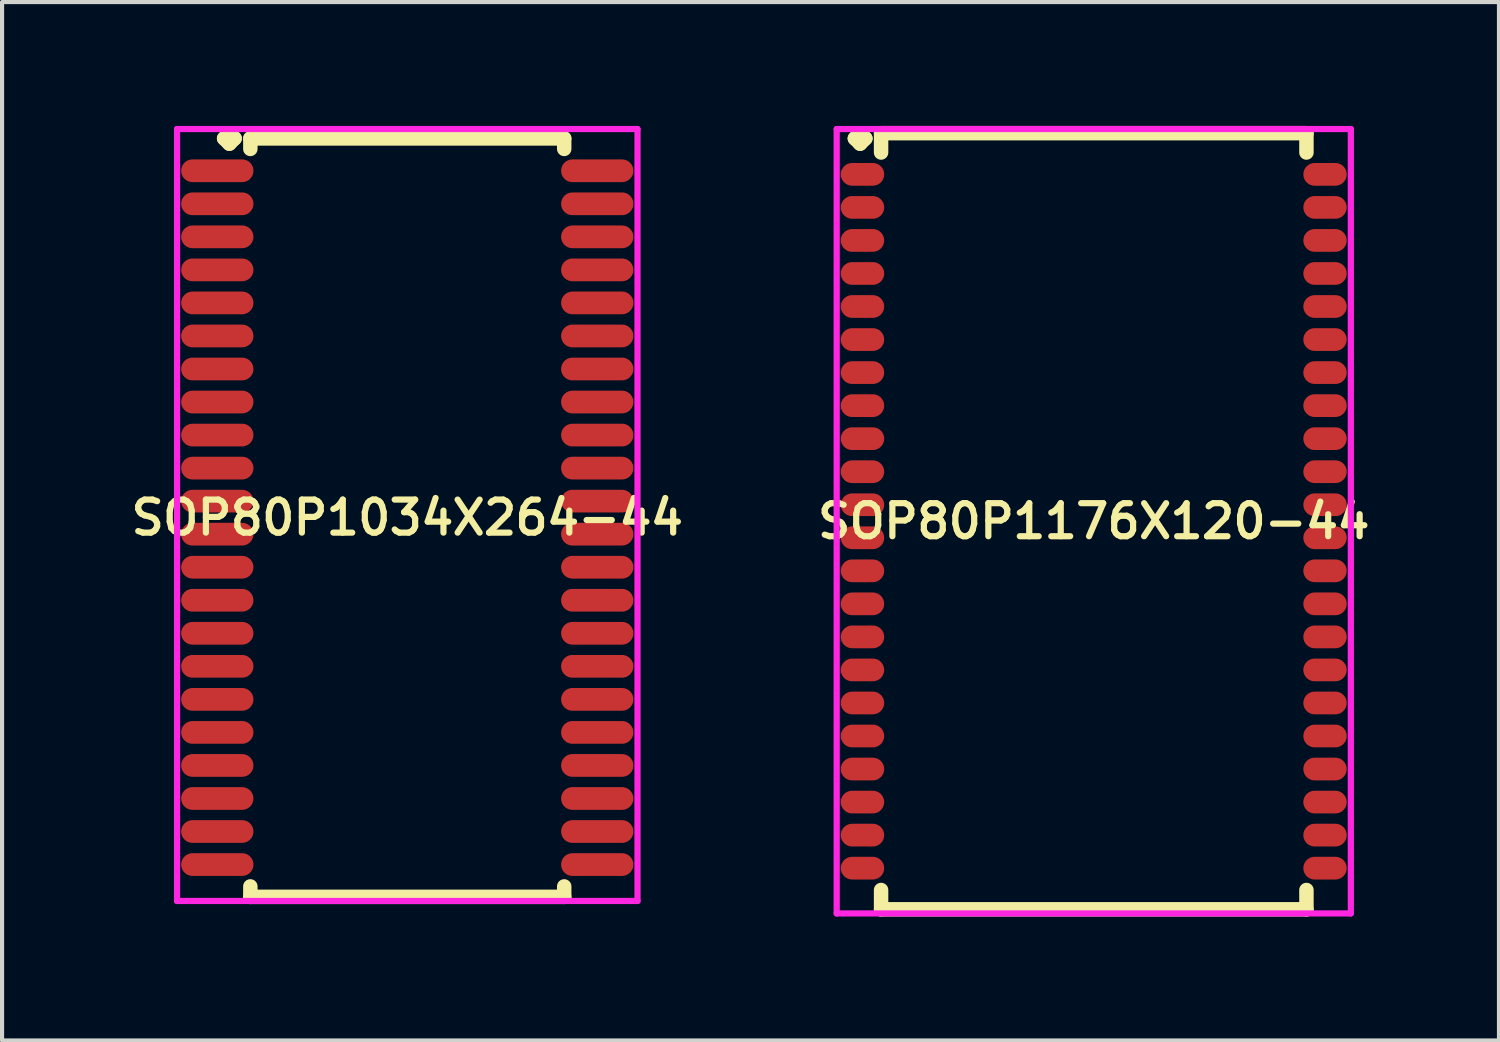
<source format=kicad_pcb>
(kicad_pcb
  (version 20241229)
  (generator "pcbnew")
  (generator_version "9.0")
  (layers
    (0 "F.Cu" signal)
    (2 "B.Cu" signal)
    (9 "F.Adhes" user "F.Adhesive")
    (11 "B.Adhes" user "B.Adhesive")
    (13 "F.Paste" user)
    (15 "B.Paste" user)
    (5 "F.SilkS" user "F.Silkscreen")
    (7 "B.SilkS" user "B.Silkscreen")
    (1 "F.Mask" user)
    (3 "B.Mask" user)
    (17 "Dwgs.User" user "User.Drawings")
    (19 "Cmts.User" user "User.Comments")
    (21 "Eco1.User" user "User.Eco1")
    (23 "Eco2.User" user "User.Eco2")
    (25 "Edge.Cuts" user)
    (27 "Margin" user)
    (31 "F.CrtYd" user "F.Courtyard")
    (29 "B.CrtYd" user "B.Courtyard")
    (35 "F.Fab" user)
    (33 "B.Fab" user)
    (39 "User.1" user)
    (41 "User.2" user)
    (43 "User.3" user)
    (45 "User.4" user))
  (footprint "SOP80P1176X120-44"
    (layer "F.Cu")
    (at 23.435 9.572)
    (property "Reference" "SOP80P1176X120-44" (at 0 0 0) (layer "F.SilkS") (effects (font (size 0.8 0.8) (thickness 0.15))))
    (attr smd)
    (fp_line (start -5.785 -9.27) (end -5.658 -9.397) (stroke (width 0.35) (type solid)) (layer "F.SilkS"))
    (fp_line (start -5.658 -9.397) (end -5.531 -9.27) (stroke (width 0.35) (type solid)) (layer "F.SilkS"))
    (fp_line (start -5.658 -9.143) (end -5.785 -9.27) (stroke (width 0.35) (type solid)) (layer "F.SilkS"))
    (fp_line (start -5.531 -9.27) (end -5.658 -9.143) (stroke (width 0.35) (type solid)) (layer "F.SilkS"))
    (fp_line (start -5.15 -9.397) (end 5.15 -9.397) (stroke (width 0.35) (type solid)) (layer "F.SilkS"))
    (fp_line (start -5.15 -8.929) (end -5.15 -9.397) (stroke (width 0.35) (type solid)) (layer "F.SilkS"))
    (fp_line (start -5.15 8.929) (end -5.15 9.397) (stroke (width 0.35) (type solid)) (layer "F.SilkS"))
    (fp_line (start -5.15 9.397) (end 5.15 9.397) (stroke (width 0.35) (type solid)) (layer "F.SilkS"))
    (fp_line (start 5.15 -9.397) (end 5.15 -8.929) (stroke (width 0.35) (type solid)) (layer "F.SilkS"))
    (fp_line (start 5.15 9.397) (end 5.15 8.929) (stroke (width 0.35) (type solid)) (layer "F.SilkS"))
    (fp_line (start -6.225 -9.497) (end 6.225 -9.497) (stroke (width 0.15) (type solid)) (layer "F.CrtYd"))
    (fp_line (start -6.225 9.497) (end -6.225 -9.497) (stroke (width 0.15) (type solid)) (layer "F.CrtYd"))
    (fp_line (start 6.225 -9.497) (end 6.225 9.497) (stroke (width 0.15) (type solid)) (layer "F.CrtYd"))
    (fp_line (start 6.225 9.497) (end -6.225 9.497) (stroke (width 0.15) (type solid)) (layer "F.CrtYd"))
    (pad "1" smd oval (at -5.6 -8.4) (size 1.05 0.55) (layers "F.Cu" "F.Mask" "F.Paste"))
    (pad "2" smd oval (at -5.6 -7.6) (size 1.05 0.55) (layers "F.Cu" "F.Mask" "F.Paste"))
    (pad "3" smd oval (at -5.6 -6.8) (size 1.05 0.55) (layers "F.Cu" "F.Mask" "F.Paste"))
    (pad "4" smd oval (at -5.6 -6) (size 1.05 0.55) (layers "F.Cu" "F.Mask" "F.Paste"))
    (pad "5" smd oval (at -5.6 -5.2) (size 1.05 0.55) (layers "F.Cu" "F.Mask" "F.Paste"))
    (pad "6" smd oval (at -5.6 -4.4) (size 1.05 0.55) (layers "F.Cu" "F.Mask" "F.Paste"))
    (pad "7" smd oval (at -5.6 -3.6) (size 1.05 0.55) (layers "F.Cu" "F.Mask" "F.Paste"))
    (pad "8" smd oval (at -5.6 -2.8) (size 1.05 0.55) (layers "F.Cu" "F.Mask" "F.Paste"))
    (pad "9" smd oval (at -5.6 -2) (size 1.05 0.55) (layers "F.Cu" "F.Mask" "F.Paste"))
    (pad "10" smd oval (at -5.6 -1.2) (size 1.05 0.55) (layers "F.Cu" "F.Mask" "F.Paste"))
    (pad "11" smd oval (at -5.6 -0.4) (size 1.05 0.55) (layers "F.Cu" "F.Mask" "F.Paste"))
    (pad "12" smd oval (at -5.6 0.4) (size 1.05 0.55) (layers "F.Cu" "F.Mask" "F.Paste"))
    (pad "13" smd oval (at -5.6 1.2) (size 1.05 0.55) (layers "F.Cu" "F.Mask" "F.Paste"))
    (pad "14" smd oval (at -5.6 2) (size 1.05 0.55) (layers "F.Cu" "F.Mask" "F.Paste"))
    (pad "15" smd oval (at -5.6 2.8) (size 1.05 0.55) (layers "F.Cu" "F.Mask" "F.Paste"))
    (pad "16" smd oval (at -5.6 3.6) (size 1.05 0.55) (layers "F.Cu" "F.Mask" "F.Paste"))
    (pad "17" smd oval (at -5.6 4.4) (size 1.05 0.55) (layers "F.Cu" "F.Mask" "F.Paste"))
    (pad "18" smd oval (at -5.6 5.2) (size 1.05 0.55) (layers "F.Cu" "F.Mask" "F.Paste"))
    (pad "19" smd oval (at -5.6 6) (size 1.05 0.55) (layers "F.Cu" "F.Mask" "F.Paste"))
    (pad "20" smd oval (at -5.6 6.8) (size 1.05 0.55) (layers "F.Cu" "F.Mask" "F.Paste"))
    (pad "21" smd oval (at -5.6 7.6) (size 1.05 0.55) (layers "F.Cu" "F.Mask" "F.Paste"))
    (pad "22" smd oval (at -5.6 8.4) (size 1.05 0.55) (layers "F.Cu" "F.Mask" "F.Paste"))
    (pad "23" smd oval (at 5.6 8.4) (size 1.05 0.55) (layers "F.Cu" "F.Mask" "F.Paste"))
    (pad "24" smd oval (at 5.6 7.6) (size 1.05 0.55) (layers "F.Cu" "F.Mask" "F.Paste"))
    (pad "25" smd oval (at 5.6 6.8) (size 1.05 0.55) (layers "F.Cu" "F.Mask" "F.Paste"))
    (pad "26" smd oval (at 5.6 6) (size 1.05 0.55) (layers "F.Cu" "F.Mask" "F.Paste"))
    (pad "27" smd oval (at 5.6 5.2) (size 1.05 0.55) (layers "F.Cu" "F.Mask" "F.Paste"))
    (pad "28" smd oval (at 5.6 4.4) (size 1.05 0.55) (layers "F.Cu" "F.Mask" "F.Paste"))
    (pad "29" smd oval (at 5.6 3.6) (size 1.05 0.55) (layers "F.Cu" "F.Mask" "F.Paste"))
    (pad "30" smd oval (at 5.6 2.8) (size 1.05 0.55) (layers "F.Cu" "F.Mask" "F.Paste"))
    (pad "31" smd oval (at 5.6 2) (size 1.05 0.55) (layers "F.Cu" "F.Mask" "F.Paste"))
    (pad "32" smd oval (at 5.6 1.2) (size 1.05 0.55) (layers "F.Cu" "F.Mask" "F.Paste"))
    (pad "33" smd oval (at 5.6 0.4) (size 1.05 0.55) (layers "F.Cu" "F.Mask" "F.Paste"))
    (pad "34" smd oval (at 5.6 -0.4) (size 1.05 0.55) (layers "F.Cu" "F.Mask" "F.Paste"))
    (pad "35" smd oval (at 5.6 -1.2) (size 1.05 0.55) (layers "F.Cu" "F.Mask" "F.Paste"))
    (pad "36" smd oval (at 5.6 -2) (size 1.05 0.55) (layers "F.Cu" "F.Mask" "F.Paste"))
    (pad "37" smd oval (at 5.6 -2.8) (size 1.05 0.55) (layers "F.Cu" "F.Mask" "F.Paste"))
    (pad "38" smd oval (at 5.6 -3.6) (size 1.05 0.55) (layers "F.Cu" "F.Mask" "F.Paste"))
    (pad "39" smd oval (at 5.6 -4.4) (size 1.05 0.55) (layers "F.Cu" "F.Mask" "F.Paste"))
    (pad "40" smd oval (at 5.6 -5.2) (size 1.05 0.55) (layers "F.Cu" "F.Mask" "F.Paste"))
    (pad "41" smd oval (at 5.6 -6) (size 1.05 0.55) (layers "F.Cu" "F.Mask" "F.Paste"))
    (pad "42" smd oval (at 5.6 -6.8) (size 1.05 0.55) (layers "F.Cu" "F.Mask" "F.Paste"))
    (pad "43" smd oval (at 5.6 -7.6) (size 1.05 0.55) (layers "F.Cu" "F.Mask" "F.Paste"))
    (pad "44" smd oval (at 5.6 -8.4) (size 1.05 0.55) (layers "F.Cu" "F.Mask" "F.Paste")))
  (footprint "SOP80P1034X264-44"
    (layer "F.Cu")
    (at 6.812 9.485)
    (property "Reference" "SOP80P1034X264-44" (at 0 0 0) (layer "F.SilkS") (effects (font (size 0.8 0.8) (thickness 0.15))))
    (attr through_hole)
    (fp_line (start -4.435 -9.183) (end -4.308 -9.31) (stroke (width 0.35) (type solid)) (layer "F.SilkS"))
    (fp_line (start -4.308 -9.31) (end -4.181 -9.183) (stroke (width 0.35) (type solid)) (layer "F.SilkS"))
    (fp_line (start -4.308 -9.056) (end -4.435 -9.183) (stroke (width 0.35) (type solid)) (layer "F.SilkS"))
    (fp_line (start -4.181 -9.183) (end -4.308 -9.056) (stroke (width 0.35) (type solid)) (layer "F.SilkS"))
    (fp_line (start -3.8 -9.182) (end 3.8 -9.182) (stroke (width 0.35) (type solid)) (layer "F.SilkS"))
    (fp_line (start -3.8 -8.929) (end -3.8 -9.182) (stroke (width 0.35) (type solid)) (layer "F.SilkS"))
    (fp_line (start -3.8 8.929) (end -3.8 9.182) (stroke (width 0.35) (type solid)) (layer "F.SilkS"))
    (fp_line (start -3.8 9.182) (end 3.8 9.182) (stroke (width 0.35) (type solid)) (layer "F.SilkS"))
    (fp_line (start 3.8 -9.182) (end 3.8 -8.929) (stroke (width 0.35) (type solid)) (layer "F.SilkS"))
    (fp_line (start 3.8 9.182) (end 3.8 8.929) (stroke (width 0.35) (type solid)) (layer "F.SilkS"))
    (fp_line (start -5.575 -9.41) (end 5.575 -9.41) (stroke (width 0.15) (type solid)) (layer "F.CrtYd"))
    (fp_line (start -5.575 9.282) (end -5.575 -9.41) (stroke (width 0.15) (type solid)) (layer "F.CrtYd"))
    (fp_line (start 5.575 -9.41) (end 5.575 9.282) (stroke (width 0.15) (type solid)) (layer "F.CrtYd"))
    (fp_line (start 5.575 9.282) (end -5.575 9.282) (stroke (width 0.15) (type solid)) (layer "F.CrtYd"))
    (pad "1" smd oval (at -4.6 -8.4) (size 1.75 0.55) (layers "F.Cu" "F.Mask" "F.Paste"))
    (pad "2" smd oval (at -4.6 -7.6) (size 1.75 0.55) (layers "F.Cu" "F.Mask" "F.Paste"))
    (pad "3" smd oval (at -4.6 -6.8) (size 1.75 0.55) (layers "F.Cu" "F.Mask" "F.Paste"))
    (pad "4" smd oval (at -4.6 -6) (size 1.75 0.55) (layers "F.Cu" "F.Mask" "F.Paste"))
    (pad "5" smd oval (at -4.6 -5.2) (size 1.75 0.55) (layers "F.Cu" "F.Mask" "F.Paste"))
    (pad "6" smd oval (at -4.6 -4.4) (size 1.75 0.55) (layers "F.Cu" "F.Mask" "F.Paste"))
    (pad "7" smd oval (at -4.6 -3.6) (size 1.75 0.55) (layers "F.Cu" "F.Mask" "F.Paste"))
    (pad "8" smd oval (at -4.6 -2.8) (size 1.75 0.55) (layers "F.Cu" "F.Mask" "F.Paste"))
    (pad "9" smd oval (at -4.6 -2) (size 1.75 0.55) (layers "F.Cu" "F.Mask" "F.Paste"))
    (pad "10" smd oval (at -4.6 -1.2) (size 1.75 0.55) (layers "F.Cu" "F.Mask" "F.Paste"))
    (pad "11" smd oval (at -4.6 -0.4) (size 1.75 0.55) (layers "F.Cu" "F.Mask" "F.Paste"))
    (pad "12" smd oval (at -4.6 0.4) (size 1.75 0.55) (layers "F.Cu" "F.Mask" "F.Paste"))
    (pad "13" smd oval (at -4.6 1.2) (size 1.75 0.55) (layers "F.Cu" "F.Mask" "F.Paste"))
    (pad "14" smd oval (at -4.6 2) (size 1.75 0.55) (layers "F.Cu" "F.Mask" "F.Paste"))
    (pad "15" smd oval (at -4.6 2.8) (size 1.75 0.55) (layers "F.Cu" "F.Mask" "F.Paste"))
    (pad "16" smd oval (at -4.6 3.6) (size 1.75 0.55) (layers "F.Cu" "F.Mask" "F.Paste"))
    (pad "17" smd oval (at -4.6 4.4) (size 1.75 0.55) (layers "F.Cu" "F.Mask" "F.Paste"))
    (pad "18" smd oval (at -4.6 5.2) (size 1.75 0.55) (layers "F.Cu" "F.Mask" "F.Paste"))
    (pad "19" smd oval (at -4.6 6) (size 1.75 0.55) (layers "F.Cu" "F.Mask" "F.Paste"))
    (pad "20" smd oval (at -4.6 6.8) (size 1.75 0.55) (layers "F.Cu" "F.Mask" "F.Paste"))
    (pad "21" smd oval (at -4.6 7.6) (size 1.75 0.55) (layers "F.Cu" "F.Mask" "F.Paste"))
    (pad "22" smd oval (at -4.6 8.4) (size 1.75 0.55) (layers "F.Cu" "F.Mask" "F.Paste"))
    (pad "23" smd oval (at 4.6 8.4) (size 1.75 0.55) (layers "F.Cu" "F.Mask" "F.Paste"))
    (pad "24" smd oval (at 4.6 7.6) (size 1.75 0.55) (layers "F.Cu" "F.Mask" "F.Paste"))
    (pad "25" smd oval (at 4.6 6.8) (size 1.75 0.55) (layers "F.Cu" "F.Mask" "F.Paste"))
    (pad "26" smd oval (at 4.6 6) (size 1.75 0.55) (layers "F.Cu" "F.Mask" "F.Paste"))
    (pad "27" smd oval (at 4.6 5.2) (size 1.75 0.55) (layers "F.Cu" "F.Mask" "F.Paste"))
    (pad "28" smd oval (at 4.6 4.4) (size 1.75 0.55) (layers "F.Cu" "F.Mask" "F.Paste"))
    (pad "29" smd oval (at 4.6 3.6) (size 1.75 0.55) (layers "F.Cu" "F.Mask" "F.Paste"))
    (pad "30" smd oval (at 4.6 2.8) (size 1.75 0.55) (layers "F.Cu" "F.Mask" "F.Paste"))
    (pad "31" smd oval (at 4.6 2) (size 1.75 0.55) (layers "F.Cu" "F.Mask" "F.Paste"))
    (pad "32" smd oval (at 4.6 1.2) (size 1.75 0.55) (layers "F.Cu" "F.Mask" "F.Paste"))
    (pad "33" smd oval (at 4.6 0.4) (size 1.75 0.55) (layers "F.Cu" "F.Mask" "F.Paste"))
    (pad "34" smd oval (at 4.6 -0.4) (size 1.75 0.55) (layers "F.Cu" "F.Mask" "F.Paste"))
    (pad "35" smd oval (at 4.6 -1.2) (size 1.75 0.55) (layers "F.Cu" "F.Mask" "F.Paste"))
    (pad "36" smd oval (at 4.6 -2) (size 1.75 0.55) (layers "F.Cu" "F.Mask" "F.Paste"))
    (pad "37" smd oval (at 4.6 -2.8) (size 1.75 0.55) (layers "F.Cu" "F.Mask" "F.Paste"))
    (pad "38" smd oval (at 4.6 -3.6) (size 1.75 0.55) (layers "F.Cu" "F.Mask" "F.Paste"))
    (pad "39" smd oval (at 4.6 -4.4) (size 1.75 0.55) (layers "F.Cu" "F.Mask" "F.Paste"))
    (pad "40" smd oval (at 4.6 -5.2) (size 1.75 0.55) (layers "F.Cu" "F.Mask" "F.Paste"))
    (pad "41" smd oval (at 4.6 -6) (size 1.75 0.55) (layers "F.Cu" "F.Mask" "F.Paste"))
    (pad "42" smd oval (at 4.6 -6.8) (size 1.75 0.55) (layers "F.Cu" "F.Mask" "F.Paste"))
    (pad "43" smd oval (at 4.6 -7.6) (size 1.75 0.55) (layers "F.Cu" "F.Mask" "F.Paste"))
    (pad "44" smd oval (at 4.6 -8.4) (size 1.75 0.55) (layers "F.Cu" "F.Mask" "F.Paste")))
  (gr_rect
    (start -3 -3)
    (end 33.247 22.144)
    (stroke (width 0.1) (type default))
    (fill no)
    (layer "Edge.Cuts")))
</source>
